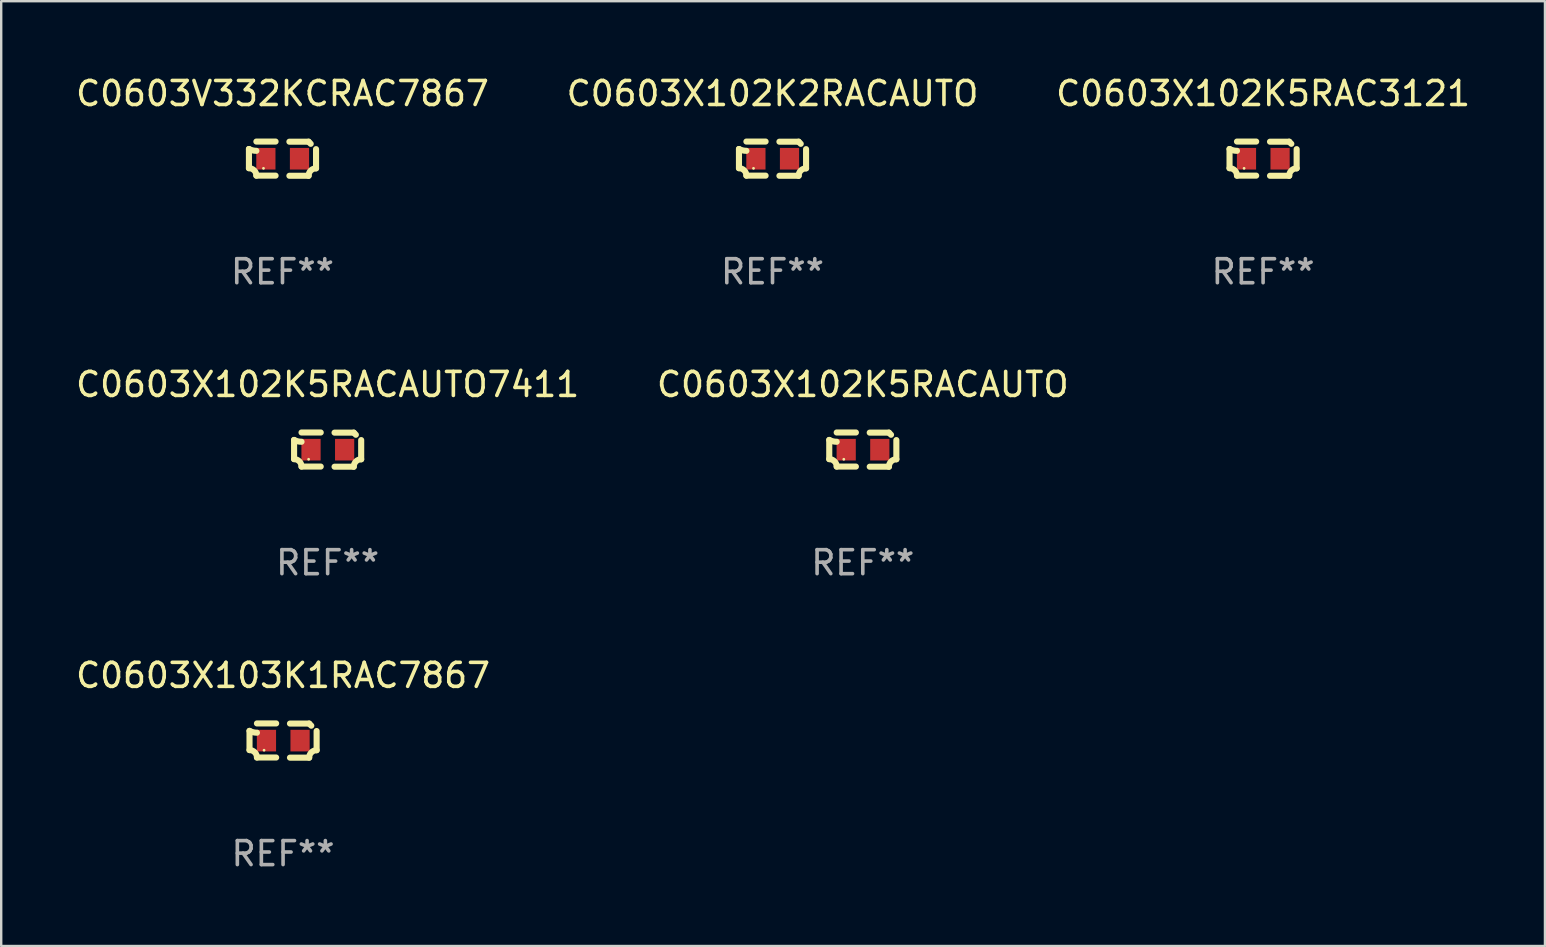
<source format=kicad_pcb>
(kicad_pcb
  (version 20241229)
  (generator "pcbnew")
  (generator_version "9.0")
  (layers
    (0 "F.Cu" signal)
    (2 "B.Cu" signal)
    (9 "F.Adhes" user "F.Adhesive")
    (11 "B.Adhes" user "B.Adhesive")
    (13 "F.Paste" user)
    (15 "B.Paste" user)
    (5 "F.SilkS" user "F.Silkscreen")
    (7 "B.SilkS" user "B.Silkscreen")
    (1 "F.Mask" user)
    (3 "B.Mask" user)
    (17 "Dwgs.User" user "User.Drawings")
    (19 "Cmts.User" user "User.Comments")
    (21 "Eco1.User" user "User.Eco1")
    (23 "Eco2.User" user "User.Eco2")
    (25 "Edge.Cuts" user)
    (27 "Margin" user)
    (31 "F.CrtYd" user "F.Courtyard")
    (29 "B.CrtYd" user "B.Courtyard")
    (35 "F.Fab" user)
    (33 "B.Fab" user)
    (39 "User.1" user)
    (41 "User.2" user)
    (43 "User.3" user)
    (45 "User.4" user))
  (footprint "C0603X102K5RACAUTO7411"
    (layer "F.Cu")
    (at 10.601 15.683)
    (property "Reference" "C0603X102K5RACAUTO7411" (at 0 -2.713 0) (layer "F.SilkS") (effects (font (size 1 1) (thickness 0.15))))
    (attr through_hole)
    (fp_line (start -1.398 -0.403) (end -1.398 0.397) (stroke (width 0.254) (type solid)) (layer "F.SilkS"))
    (fp_line (start -0.288 -0.713) (end -1.088 -0.713) (stroke (width 0.254) (type solid)) (layer "F.SilkS"))
    (fp_line (start -0.288 0.707) (end -1.088 0.707) (stroke (width 0.254) (type solid)) (layer "F.SilkS"))
    (fp_line (start 0.288 -0.707) (end 1.088 -0.707) (stroke (width 0.254) (type solid)) (layer "F.SilkS"))
    (fp_line (start 0.288 0.713) (end 1.088 0.713) (stroke (width 0.254) (type solid)) (layer "F.SilkS"))
    (fp_line (start 1.398 -0.397) (end 1.398 0.403) (stroke (width 0.254) (type solid)) (layer "F.SilkS"))
    (fp_arc (start -1.397789 0.397066) (mid -1.178701 0.487826) (end -1.08796 0.706922) (stroke (width 0.254001) (type solid)) (layer "F.SilkS"))
    (fp_arc (start -1.08796 -0.327176) (mid -1.247436 -0.346384) (end -1.39779 -0.402908) (stroke (width 0.254001) (type solid)) (layer "F.SilkS"))
    (fp_arc (start 1.087909 0.712738) (mid 1.178656 0.493655) (end 1.397739 0.402908) (stroke (width 0.254001) (type solid)) (layer "F.SilkS"))
    (fp_arc (start 1.175925 -0.618926) (mid 1.131917 -0.662923) (end 1.08791 -0.706922) (stroke (width 0.254001) (type solid)) (layer "F.SilkS"))
    (fp_circle (center -0.792 0.403) (end -0.762 0.403) (stroke (width 0.06) (type solid)) (fill no) (layer "F.SilkS"))
    (fp_text user "REF**" (at 0 4.713 0) (layer "F.Fab") (effects (font (size 1 1) (thickness 0.15))))
    (pad "1" smd rect (at -0.692 0.003) (size 0.8 0.9) (layers "F.Cu" "F.Mask" "F.Paste"))
    (pad "2" smd rect (at 0.708 0.003) (size 0.8 0.9) (layers "F.Cu" "F.Mask" "F.Paste")))
  (footprint "C0603X103K1RAC7867"
    (layer "F.Cu")
    (at 8.744 27.805)
    (property "Reference" "C0603X103K1RAC7867" (at 0 -2.713 0) (layer "F.SilkS") (effects (font (size 1 1) (thickness 0.15))))
    (attr through_hole)
    (fp_line (start -1.398 -0.403) (end -1.398 0.397) (stroke (width 0.254) (type solid)) (layer "F.SilkS"))
    (fp_line (start -0.288 -0.713) (end -1.088 -0.713) (stroke (width 0.254) (type solid)) (layer "F.SilkS"))
    (fp_line (start -0.288 0.707) (end -1.088 0.707) (stroke (width 0.254) (type solid)) (layer "F.SilkS"))
    (fp_line (start 0.288 -0.707) (end 1.088 -0.707) (stroke (width 0.254) (type solid)) (layer "F.SilkS"))
    (fp_line (start 0.288 0.713) (end 1.088 0.713) (stroke (width 0.254) (type solid)) (layer "F.SilkS"))
    (fp_line (start 1.398 -0.397) (end 1.398 0.403) (stroke (width 0.254) (type solid)) (layer "F.SilkS"))
    (fp_arc (start -1.397789 0.397066) (mid -1.178701 0.487826) (end -1.08796 0.706922) (stroke (width 0.254001) (type solid)) (layer "F.SilkS"))
    (fp_arc (start -1.08796 -0.327176) (mid -1.247436 -0.346384) (end -1.39779 -0.402908) (stroke (width 0.254001) (type solid)) (layer "F.SilkS"))
    (fp_arc (start 1.087909 0.712738) (mid 1.178656 0.493655) (end 1.397739 0.402908) (stroke (width 0.254001) (type solid)) (layer "F.SilkS"))
    (fp_arc (start 1.175925 -0.618926) (mid 1.131917 -0.662923) (end 1.08791 -0.706922) (stroke (width 0.254001) (type solid)) (layer "F.SilkS"))
    (fp_circle (center -0.792 0.403) (end -0.762 0.403) (stroke (width 0.06) (type solid)) (fill no) (layer "F.SilkS"))
    (fp_text user "REF**" (at 0 4.713 0) (layer "F.Fab") (effects (font (size 1 1) (thickness 0.15))))
    (pad "1" smd rect (at -0.692 0.003) (size 0.8 0.9) (layers "F.Cu" "F.Mask" "F.Paste"))
    (pad "2" smd rect (at 0.708 0.003) (size 0.8 0.9) (layers "F.Cu" "F.Mask" "F.Paste")))
  (footprint "C0603V332KCRAC7867"
    (layer "F.Cu")
    (at 8.72 3.561)
    (property "Reference" "C0603V332KCRAC7867" (at 0 -2.713 0) (layer "F.SilkS") (effects (font (size 1 1) (thickness 0.15))))
    (attr through_hole)
    (fp_line (start -1.398 -0.403) (end -1.398 0.397) (stroke (width 0.254) (type solid)) (layer "F.SilkS"))
    (fp_line (start -0.288 -0.713) (end -1.088 -0.713) (stroke (width 0.254) (type solid)) (layer "F.SilkS"))
    (fp_line (start -0.288 0.707) (end -1.088 0.707) (stroke (width 0.254) (type solid)) (layer "F.SilkS"))
    (fp_line (start 0.288 -0.707) (end 1.088 -0.707) (stroke (width 0.254) (type solid)) (layer "F.SilkS"))
    (fp_line (start 0.288 0.713) (end 1.088 0.713) (stroke (width 0.254) (type solid)) (layer "F.SilkS"))
    (fp_line (start 1.398 -0.397) (end 1.398 0.403) (stroke (width 0.254) (type solid)) (layer "F.SilkS"))
    (fp_arc (start -1.397789 0.397066) (mid -1.178701 0.487826) (end -1.08796 0.706922) (stroke (width 0.254001) (type solid)) (layer "F.SilkS"))
    (fp_arc (start -1.08796 -0.327176) (mid -1.247436 -0.346384) (end -1.39779 -0.402908) (stroke (width 0.254001) (type solid)) (layer "F.SilkS"))
    (fp_arc (start 1.087909 0.712738) (mid 1.178656 0.493655) (end 1.397739 0.402908) (stroke (width 0.254001) (type solid)) (layer "F.SilkS"))
    (fp_arc (start 1.175925 -0.618926) (mid 1.131917 -0.662923) (end 1.08791 -0.706922) (stroke (width 0.254001) (type solid)) (layer "F.SilkS"))
    (fp_circle (center -0.792 0.403) (end -0.762 0.403) (stroke (width 0.06) (type solid)) (fill no) (layer "F.SilkS"))
    (fp_text user "REF**" (at 0 4.713 0) (layer "F.Fab") (effects (font (size 1 1) (thickness 0.15))))
    (pad "1" smd rect (at -0.692 0.003) (size 0.8 0.9) (layers "F.Cu" "F.Mask" "F.Paste"))
    (pad "2" smd rect (at 0.708 0.003) (size 0.8 0.9) (layers "F.Cu" "F.Mask" "F.Paste")))
  (footprint "C0603X102K5RACAUTO"
    (layer "F.Cu")
    (at 32.899 15.683)
    (property "Reference" "C0603X102K5RACAUTO" (at 0 -2.713 0) (layer "F.SilkS") (effects (font (size 1 1) (thickness 0.15))))
    (attr through_hole)
    (fp_line (start -1.398 -0.403) (end -1.398 0.397) (stroke (width 0.254) (type solid)) (layer "F.SilkS"))
    (fp_line (start -0.288 -0.713) (end -1.088 -0.713) (stroke (width 0.254) (type solid)) (layer "F.SilkS"))
    (fp_line (start -0.288 0.707) (end -1.088 0.707) (stroke (width 0.254) (type solid)) (layer "F.SilkS"))
    (fp_line (start 0.288 -0.707) (end 1.088 -0.707) (stroke (width 0.254) (type solid)) (layer "F.SilkS"))
    (fp_line (start 0.288 0.713) (end 1.088 0.713) (stroke (width 0.254) (type solid)) (layer "F.SilkS"))
    (fp_line (start 1.398 -0.397) (end 1.398 0.403) (stroke (width 0.254) (type solid)) (layer "F.SilkS"))
    (fp_arc (start -1.397789 0.397066) (mid -1.178701 0.487826) (end -1.08796 0.706922) (stroke (width 0.254001) (type solid)) (layer "F.SilkS"))
    (fp_arc (start -1.08796 -0.327176) (mid -1.247436 -0.346384) (end -1.39779 -0.402908) (stroke (width 0.254001) (type solid)) (layer "F.SilkS"))
    (fp_arc (start 1.087909 0.712738) (mid 1.178656 0.493655) (end 1.397739 0.402908) (stroke (width 0.254001) (type solid)) (layer "F.SilkS"))
    (fp_arc (start 1.175925 -0.618926) (mid 1.131917 -0.662923) (end 1.08791 -0.706922) (stroke (width 0.254001) (type solid)) (layer "F.SilkS"))
    (fp_circle (center -0.792 0.403) (end -0.762 0.403) (stroke (width 0.06) (type solid)) (fill no) (layer "F.SilkS"))
    (fp_text user "REF**" (at 0 4.713 0) (layer "F.Fab") (effects (font (size 1 1) (thickness 0.15))))
    (pad "1" smd rect (at -0.692 0.003) (size 0.8 0.9) (layers "F.Cu" "F.Mask" "F.Paste"))
    (pad "2" smd rect (at 0.708 0.003) (size 0.8 0.9) (layers "F.Cu" "F.Mask" "F.Paste")))
  (footprint "C0603X102K2RACAUTO"
    (layer "F.Cu")
    (at 29.137 3.561)
    (property "Reference" "C0603X102K2RACAUTO" (at 0 -2.713 0) (layer "F.SilkS") (effects (font (size 1 1) (thickness 0.15))))
    (attr through_hole)
    (fp_line (start -1.398 -0.403) (end -1.398 0.397) (stroke (width 0.254) (type solid)) (layer "F.SilkS"))
    (fp_line (start -0.288 -0.713) (end -1.088 -0.713) (stroke (width 0.254) (type solid)) (layer "F.SilkS"))
    (fp_line (start -0.288 0.707) (end -1.088 0.707) (stroke (width 0.254) (type solid)) (layer "F.SilkS"))
    (fp_line (start 0.288 -0.707) (end 1.088 -0.707) (stroke (width 0.254) (type solid)) (layer "F.SilkS"))
    (fp_line (start 0.288 0.713) (end 1.088 0.713) (stroke (width 0.254) (type solid)) (layer "F.SilkS"))
    (fp_line (start 1.398 -0.397) (end 1.398 0.403) (stroke (width 0.254) (type solid)) (layer "F.SilkS"))
    (fp_arc (start -1.397789 0.397066) (mid -1.178701 0.487826) (end -1.08796 0.706922) (stroke (width 0.254001) (type solid)) (layer "F.SilkS"))
    (fp_arc (start -1.08796 -0.327176) (mid -1.247436 -0.346384) (end -1.39779 -0.402908) (stroke (width 0.254001) (type solid)) (layer "F.SilkS"))
    (fp_arc (start 1.087909 0.712738) (mid 1.178656 0.493655) (end 1.397739 0.402908) (stroke (width 0.254001) (type solid)) (layer "F.SilkS"))
    (fp_arc (start 1.175925 -0.618926) (mid 1.131917 -0.662923) (end 1.08791 -0.706922) (stroke (width 0.254001) (type solid)) (layer "F.SilkS"))
    (fp_circle (center -0.792 0.403) (end -0.762 0.403) (stroke (width 0.06) (type solid)) (fill no) (layer "F.SilkS"))
    (fp_text user "REF**" (at 0 4.713 0) (layer "F.Fab") (effects (font (size 1 1) (thickness 0.15))))
    (pad "1" smd rect (at -0.692 0.003) (size 0.8 0.9) (layers "F.Cu" "F.Mask" "F.Paste"))
    (pad "2" smd rect (at 0.708 0.003) (size 0.8 0.9) (layers "F.Cu" "F.Mask" "F.Paste")))
  (footprint "C0603X102K5RAC3121"
    (layer "F.Cu")
    (at 49.577 3.561)
    (property "Reference" "C0603X102K5RAC3121" (at 0 -2.713 0) (layer "F.SilkS") (effects (font (size 1 1) (thickness 0.15))))
    (attr through_hole)
    (fp_line (start -1.398 -0.403) (end -1.398 0.397) (stroke (width 0.254) (type solid)) (layer "F.SilkS"))
    (fp_line (start -0.288 -0.713) (end -1.088 -0.713) (stroke (width 0.254) (type solid)) (layer "F.SilkS"))
    (fp_line (start -0.288 0.707) (end -1.088 0.707) (stroke (width 0.254) (type solid)) (layer "F.SilkS"))
    (fp_line (start 0.288 -0.707) (end 1.088 -0.707) (stroke (width 0.254) (type solid)) (layer "F.SilkS"))
    (fp_line (start 0.288 0.713) (end 1.088 0.713) (stroke (width 0.254) (type solid)) (layer "F.SilkS"))
    (fp_line (start 1.398 -0.397) (end 1.398 0.403) (stroke (width 0.254) (type solid)) (layer "F.SilkS"))
    (fp_arc (start -1.397789 0.397066) (mid -1.178701 0.487826) (end -1.08796 0.706922) (stroke (width 0.254001) (type solid)) (layer "F.SilkS"))
    (fp_arc (start -1.08796 -0.327176) (mid -1.247436 -0.346384) (end -1.39779 -0.402908) (stroke (width 0.254001) (type solid)) (layer "F.SilkS"))
    (fp_arc (start 1.087909 0.712738) (mid 1.178656 0.493655) (end 1.397739 0.402908) (stroke (width 0.254001) (type solid)) (layer "F.SilkS"))
    (fp_arc (start 1.175925 -0.618926) (mid 1.131917 -0.662923) (end 1.08791 -0.706922) (stroke (width 0.254001) (type solid)) (layer "F.SilkS"))
    (fp_circle (center -0.792 0.403) (end -0.762 0.403) (stroke (width 0.06) (type solid)) (fill no) (layer "F.SilkS"))
    (fp_text user "REF**" (at 0 4.713 0) (layer "F.Fab") (effects (font (size 1 1) (thickness 0.15))))
    (pad "1" smd rect (at -0.692 0.003) (size 0.8 0.9) (layers "F.Cu" "F.Mask" "F.Paste"))
    (pad "2" smd rect (at 0.708 0.003) (size 0.8 0.9) (layers "F.Cu" "F.Mask" "F.Paste")))
  (gr_rect
    (start -3 -3)
    (end 61.321 36.366)
    (stroke (width 0.1) (type default))
    (fill no)
    (layer "Edge.Cuts")))
</source>
